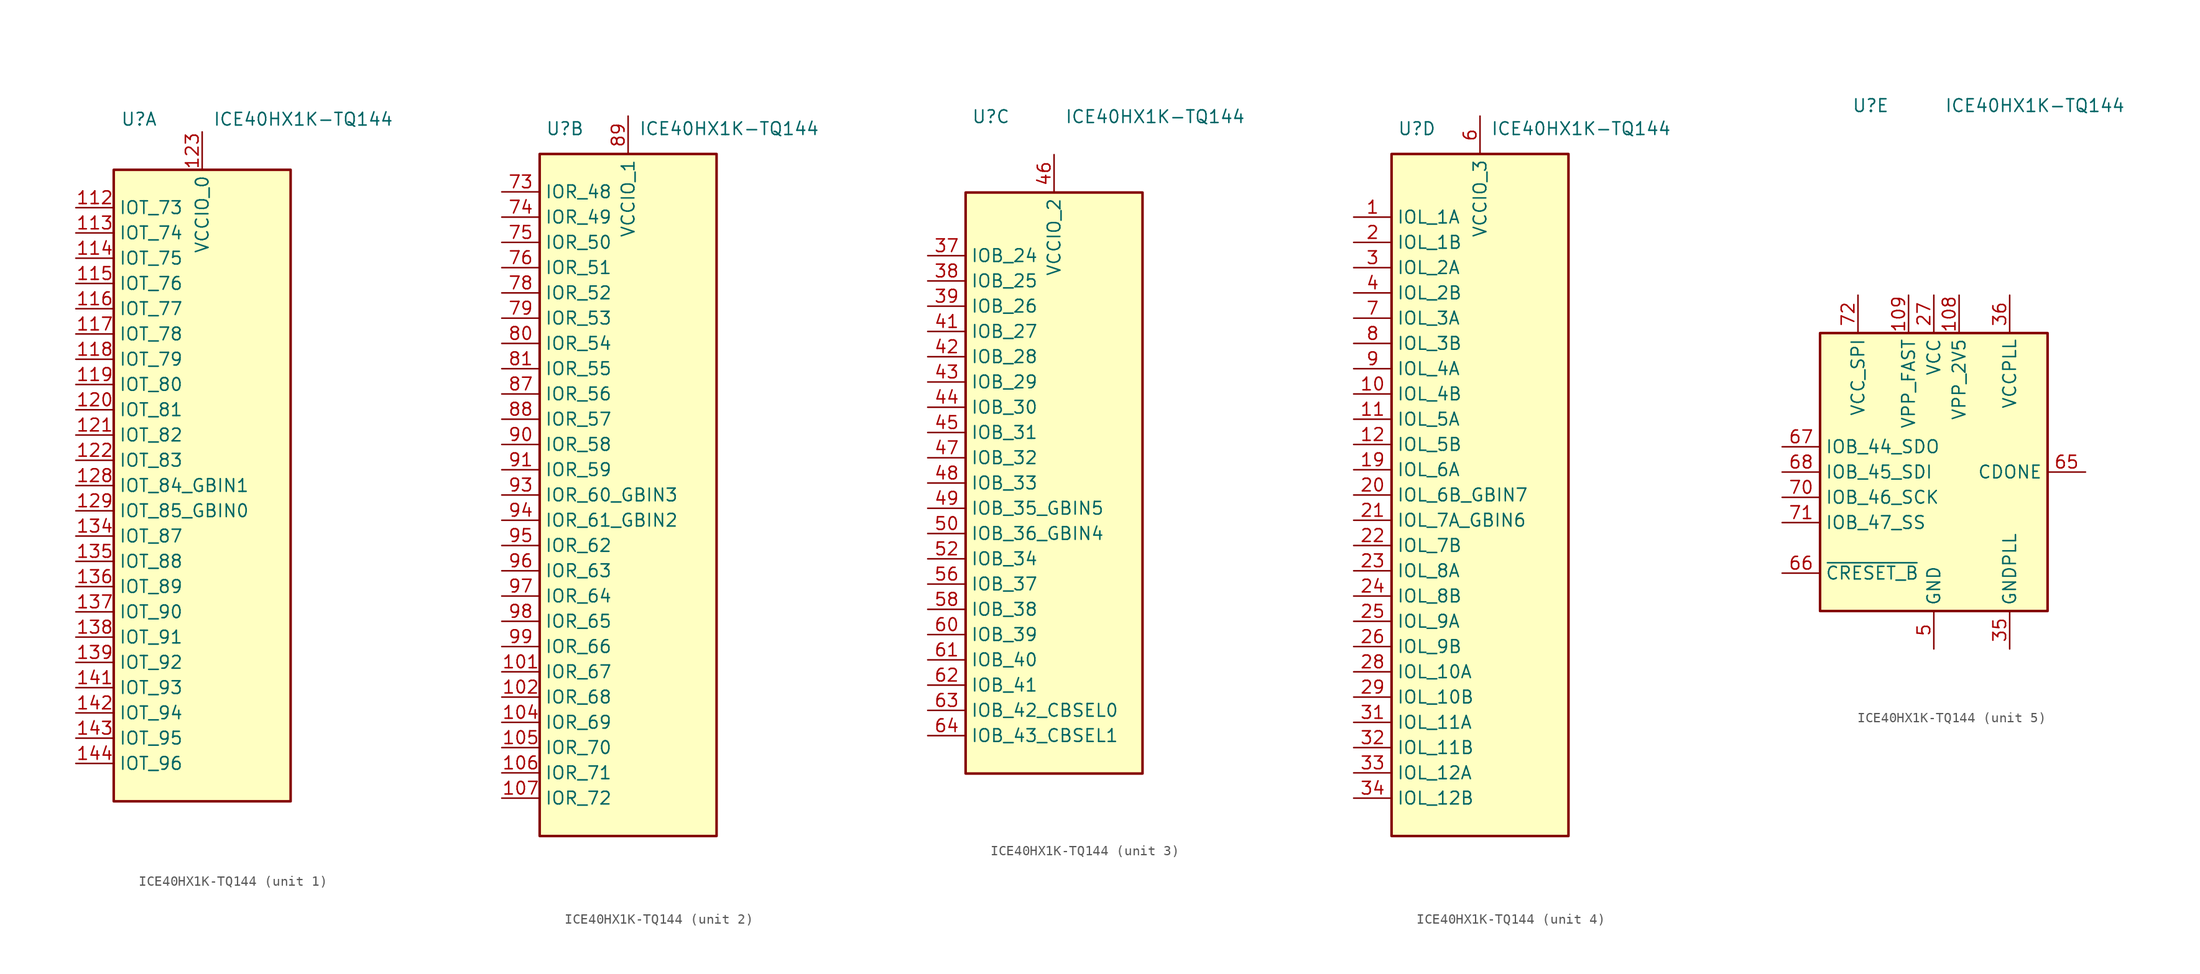
<source format=kicad_sym>
(kicad_symbol_lib
  (version 20241209)
  (generator "kicad_symbol_editor")
  (generator_version "9.0")
  (symbol "ICE40HX1K-TQ144"
    (property "Reference" "U"
      (at -6.35 36.83 0)
      (effects (font (size 1.27 1.27))))
    (property "Value" "ICE40HX1K-TQ144"
      (at 10.16 36.83 0)
      (effects (font (size 1.27 1.27))))
    (property "ki_locked" ""
      (at 0 0 0)
      (effects (font (size 1.27 1.27))))
    (symbol "ICE40HX1K-TQ144_1_1"
      (rectangle (start -8.89 31.75) (end 8.89 -31.75) (stroke (width 0.254) (type default)) (fill (type background)))
      (pin bidirectional line (at -12.7 27.94 0) (length 3.81) (name "IOT_73" (effects (font (size 1.27 1.27)))) (number "112" (effects (font (size 1.27 1.27)))))
      (pin bidirectional line (at -12.7 25.4 0) (length 3.81) (name "IOT_74" (effects (font (size 1.27 1.27)))) (number "113" (effects (font (size 1.27 1.27)))))
      (pin bidirectional line (at -12.7 22.86 0) (length 3.81) (name "IOT_75" (effects (font (size 1.27 1.27)))) (number "114" (effects (font (size 1.27 1.27)))))
      (pin bidirectional line (at -12.7 20.32 0) (length 3.81) (name "IOT_76" (effects (font (size 1.27 1.27)))) (number "115" (effects (font (size 1.27 1.27)))))
      (pin bidirectional line (at -12.7 17.78 0) (length 3.81) (name "IOT_77" (effects (font (size 1.27 1.27)))) (number "116" (effects (font (size 1.27 1.27)))))
      (pin bidirectional line (at -12.7 15.24 0) (length 3.81) (name "IOT_78" (effects (font (size 1.27 1.27)))) (number "117" (effects (font (size 1.27 1.27)))))
      (pin bidirectional line (at -12.7 12.7 0) (length 3.81) (name "IOT_79" (effects (font (size 1.27 1.27)))) (number "118" (effects (font (size 1.27 1.27)))))
      (pin bidirectional line (at -12.7 10.16 0) (length 3.81) (name "IOT_80" (effects (font (size 1.27 1.27)))) (number "119" (effects (font (size 1.27 1.27)))))
      (pin bidirectional line (at -12.7 7.62 0) (length 3.81) (name "IOT_81" (effects (font (size 1.27 1.27)))) (number "120" (effects (font (size 1.27 1.27)))))
      (pin bidirectional line (at -12.7 5.08 0) (length 3.81) (name "IOT_82" (effects (font (size 1.27 1.27)))) (number "121" (effects (font (size 1.27 1.27)))))
      (pin bidirectional line (at -12.7 2.54 0) (length 3.81) (name "IOT_83" (effects (font (size 1.27 1.27)))) (number "122" (effects (font (size 1.27 1.27)))))
      (pin bidirectional line (at -12.7 0 0) (length 3.81) (name "IOT_84_GBIN1" (effects (font (size 1.27 1.27)))) (number "128" (effects (font (size 1.27 1.27)))))
      (pin bidirectional line (at -12.7 -2.54 0) (length 3.81) (name "IOT_85_GBIN0" (effects (font (size 1.27 1.27)))) (number "129" (effects (font (size 1.27 1.27)))))
      (pin bidirectional line (at -12.7 -5.08 0) (length 3.81) (name "IOT_87" (effects (font (size 1.27 1.27)))) (number "134" (effects (font (size 1.27 1.27)))))
      (pin bidirectional line (at -12.7 -7.62 0) (length 3.81) (name "IOT_88" (effects (font (size 1.27 1.27)))) (number "135" (effects (font (size 1.27 1.27)))))
      (pin bidirectional line (at -12.7 -10.16 0) (length 3.81) (name "IOT_89" (effects (font (size 1.27 1.27)))) (number "136" (effects (font (size 1.27 1.27)))))
      (pin bidirectional line (at -12.7 -12.7 0) (length 3.81) (name "IOT_90" (effects (font (size 1.27 1.27)))) (number "137" (effects (font (size 1.27 1.27)))))
      (pin bidirectional line (at -12.7 -15.24 0) (length 3.81) (name "IOT_91" (effects (font (size 1.27 1.27)))) (number "138" (effects (font (size 1.27 1.27)))))
      (pin bidirectional line (at -12.7 -17.78 0) (length 3.81) (name "IOT_92" (effects (font (size 1.27 1.27)))) (number "139" (effects (font (size 1.27 1.27)))))
      (pin bidirectional line (at -12.7 -20.32 0) (length 3.81) (name "IOT_93" (effects (font (size 1.27 1.27)))) (number "141" (effects (font (size 1.27 1.27)))))
      (pin bidirectional line (at -12.7 -22.86 0) (length 3.81) (name "IOT_94" (effects (font (size 1.27 1.27)))) (number "142" (effects (font (size 1.27 1.27)))))
      (pin bidirectional line (at -12.7 -25.4 0) (length 3.81) (name "IOT_95" (effects (font (size 1.27 1.27)))) (number "143" (effects (font (size 1.27 1.27)))))
      (pin bidirectional line (at -12.7 -27.94 0) (length 3.81) (name "IOT_96" (effects (font (size 1.27 1.27)))) (number "144" (effects (font (size 1.27 1.27)))))
      (pin power_in line (at 0 35.56 270) (length 3.81) (name "VCCIO_0" (effects (font (size 1.27 1.27)))) (number "123" (effects (font (size 1.27 1.27)))))
      (pin passive line (at 0 35.56 270) (length 3.81) (hide yes) (name "VCCIO_0" (effects (font (size 1.27 1.27)))) (number "133" (effects (font (size 1.27 1.27)))))
      (pin no_connect line (at 7.62 10.16 180) (length 3.81) (hide yes) (name "NC" (effects (font (size 1.27 1.27)))) (number "15" (effects (font (size 1.27 1.27)))))
      (pin no_connect line (at 7.62 7.62 180) (length 3.81) (hide yes) (name "NC" (effects (font (size 1.27 1.27)))) (number "16" (effects (font (size 1.27 1.27)))))
      (pin no_connect line (at 7.62 5.08 180) (length 3.81) (hide yes) (name "NC" (effects (font (size 1.27 1.27)))) (number "17" (effects (font (size 1.27 1.27)))))
      (pin no_connect line (at 7.62 -7.62 180) (length 3.81) (hide yes) (name "NC" (effects (font (size 1.27 1.27)))) (number "18" (effects (font (size 1.27 1.27)))))
      (pin no_connect line (at 7.62 -10.16 180) (length 3.81) (hide yes) (name "NC" (effects (font (size 1.27 1.27)))) (number "77" (effects (font (size 1.27 1.27))))))
    (symbol "ICE40HX1K-TQ144_2_1"
      (rectangle (start -8.89 34.29) (end 8.89 -34.29) (stroke (width 0.254) (type default)) (fill (type background)))
      (pin bidirectional line (at -12.7 30.48 0) (length 3.81) (name "IOR_48" (effects (font (size 1.27 1.27)))) (number "73" (effects (font (size 1.27 1.27)))))
      (pin bidirectional line (at -12.7 27.94 0) (length 3.81) (name "IOR_49" (effects (font (size 1.27 1.27)))) (number "74" (effects (font (size 1.27 1.27)))))
      (pin bidirectional line (at -12.7 25.4 0) (length 3.81) (name "IOR_50" (effects (font (size 1.27 1.27)))) (number "75" (effects (font (size 1.27 1.27)))))
      (pin bidirectional line (at -12.7 22.86 0) (length 3.81) (name "IOR_51" (effects (font (size 1.27 1.27)))) (number "76" (effects (font (size 1.27 1.27)))))
      (pin bidirectional line (at -12.7 20.32 0) (length 3.81) (name "IOR_52" (effects (font (size 1.27 1.27)))) (number "78" (effects (font (size 1.27 1.27)))))
      (pin bidirectional line (at -12.7 17.78 0) (length 3.81) (name "IOR_53" (effects (font (size 1.27 1.27)))) (number "79" (effects (font (size 1.27 1.27)))))
      (pin bidirectional line (at -12.7 15.24 0) (length 3.81) (name "IOR_54" (effects (font (size 1.27 1.27)))) (number "80" (effects (font (size 1.27 1.27)))))
      (pin bidirectional line (at -12.7 12.7 0) (length 3.81) (name "IOR_55" (effects (font (size 1.27 1.27)))) (number "81" (effects (font (size 1.27 1.27)))))
      (pin bidirectional line (at -12.7 10.16 0) (length 3.81) (name "IOR_56" (effects (font (size 1.27 1.27)))) (number "87" (effects (font (size 1.27 1.27)))))
      (pin bidirectional line (at -12.7 7.62 0) (length 3.81) (name "IOR_57" (effects (font (size 1.27 1.27)))) (number "88" (effects (font (size 1.27 1.27)))))
      (pin bidirectional line (at -12.7 5.08 0) (length 3.81) (name "IOR_58" (effects (font (size 1.27 1.27)))) (number "90" (effects (font (size 1.27 1.27)))))
      (pin bidirectional line (at -12.7 2.54 0) (length 3.81) (name "IOR_59" (effects (font (size 1.27 1.27)))) (number "91" (effects (font (size 1.27 1.27)))))
      (pin bidirectional line (at -12.7 0 0) (length 3.81) (name "IOR_60_GBIN3" (effects (font (size 1.27 1.27)))) (number "93" (effects (font (size 1.27 1.27)))))
      (pin bidirectional line (at -12.7 -2.54 0) (length 3.81) (name "IOR_61_GBIN2" (effects (font (size 1.27 1.27)))) (number "94" (effects (font (size 1.27 1.27)))))
      (pin bidirectional line (at -12.7 -5.08 0) (length 3.81) (name "IOR_62" (effects (font (size 1.27 1.27)))) (number "95" (effects (font (size 1.27 1.27)))))
      (pin bidirectional line (at -12.7 -7.62 0) (length 3.81) (name "IOR_63" (effects (font (size 1.27 1.27)))) (number "96" (effects (font (size 1.27 1.27)))))
      (pin bidirectional line (at -12.7 -10.16 0) (length 3.81) (name "IOR_64" (effects (font (size 1.27 1.27)))) (number "97" (effects (font (size 1.27 1.27)))))
      (pin bidirectional line (at -12.7 -12.7 0) (length 3.81) (name "IOR_65" (effects (font (size 1.27 1.27)))) (number "98" (effects (font (size 1.27 1.27)))))
      (pin bidirectional line (at -12.7 -15.24 0) (length 3.81) (name "IOR_66" (effects (font (size 1.27 1.27)))) (number "99" (effects (font (size 1.27 1.27)))))
      (pin bidirectional line (at -12.7 -17.78 0) (length 3.81) (name "IOR_67" (effects (font (size 1.27 1.27)))) (number "101" (effects (font (size 1.27 1.27)))))
      (pin bidirectional line (at -12.7 -20.32 0) (length 3.81) (name "IOR_68" (effects (font (size 1.27 1.27)))) (number "102" (effects (font (size 1.27 1.27)))))
      (pin bidirectional line (at -12.7 -22.86 0) (length 3.81) (name "IOR_69" (effects (font (size 1.27 1.27)))) (number "104" (effects (font (size 1.27 1.27)))))
      (pin bidirectional line (at -12.7 -25.4 0) (length 3.81) (name "IOR_70" (effects (font (size 1.27 1.27)))) (number "105" (effects (font (size 1.27 1.27)))))
      (pin bidirectional line (at -12.7 -27.94 0) (length 3.81) (name "IOR_71" (effects (font (size 1.27 1.27)))) (number "106" (effects (font (size 1.27 1.27)))))
      (pin bidirectional line (at -12.7 -30.48 0) (length 3.81) (name "IOR_72" (effects (font (size 1.27 1.27)))) (number "107" (effects (font (size 1.27 1.27)))))
      (pin passive line (at 0 38.1 270) (length 3.81) (hide yes) (name "VCCIO_1" (effects (font (size 1.27 1.27)))) (number "100" (effects (font (size 1.27 1.27)))))
      (pin power_in line (at 0 38.1 270) (length 3.81) (name "VCCIO_1" (effects (font (size 1.27 1.27)))) (number "89" (effects (font (size 1.27 1.27)))))
      (pin no_connect line (at 7.62 10.16 180) (length 3.81) (hide yes) (name "NC" (effects (font (size 1.27 1.27)))) (number "40" (effects (font (size 1.27 1.27)))))
      (pin no_connect line (at 7.62 7.62 180) (length 3.81) (hide yes) (name "NC" (effects (font (size 1.27 1.27)))) (number "53" (effects (font (size 1.27 1.27)))))
      (pin no_connect line (at 7.62 5.08 180) (length 3.81) (hide yes) (name "NC" (effects (font (size 1.27 1.27)))) (number "54" (effects (font (size 1.27 1.27)))))
      (pin no_connect line (at 7.62 -7.62 180) (length 3.81) (hide yes) (name "NC" (effects (font (size 1.27 1.27)))) (number "55" (effects (font (size 1.27 1.27)))))
      (pin no_connect line (at 7.62 -10.16 180) (length 3.81) (hide yes) (name "NC" (effects (font (size 1.27 1.27)))) (number "82" (effects (font (size 1.27 1.27))))))
    (symbol "ICE40HX1K-TQ144_3_1"
      (rectangle (start -8.89 29.21) (end 8.89 -29.21) (stroke (width 0.254) (type default)) (fill (type background)))
      (pin bidirectional line (at -12.7 22.86 0) (length 3.81) (name "IOB_24" (effects (font (size 1.27 1.27)))) (number "37" (effects (font (size 1.27 1.27)))))
      (pin bidirectional line (at -12.7 20.32 0) (length 3.81) (name "IOB_25" (effects (font (size 1.27 1.27)))) (number "38" (effects (font (size 1.27 1.27)))))
      (pin bidirectional line (at -12.7 17.78 0) (length 3.81) (name "IOB_26" (effects (font (size 1.27 1.27)))) (number "39" (effects (font (size 1.27 1.27)))))
      (pin bidirectional line (at -12.7 15.24 0) (length 3.81) (name "IOB_27" (effects (font (size 1.27 1.27)))) (number "41" (effects (font (size 1.27 1.27)))))
      (pin bidirectional line (at -12.7 12.7 0) (length 3.81) (name "IOB_28" (effects (font (size 1.27 1.27)))) (number "42" (effects (font (size 1.27 1.27)))))
      (pin bidirectional line (at -12.7 10.16 0) (length 3.81) (name "IOB_29" (effects (font (size 1.27 1.27)))) (number "43" (effects (font (size 1.27 1.27)))))
      (pin bidirectional line (at -12.7 7.62 0) (length 3.81) (name "IOB_30" (effects (font (size 1.27 1.27)))) (number "44" (effects (font (size 1.27 1.27)))))
      (pin bidirectional line (at -12.7 5.08 0) (length 3.81) (name "IOB_31" (effects (font (size 1.27 1.27)))) (number "45" (effects (font (size 1.27 1.27)))))
      (pin bidirectional line (at -12.7 2.54 0) (length 3.81) (name "IOB_32" (effects (font (size 1.27 1.27)))) (number "47" (effects (font (size 1.27 1.27)))))
      (pin bidirectional line (at -12.7 0 0) (length 3.81) (name "IOB_33" (effects (font (size 1.27 1.27)))) (number "48" (effects (font (size 1.27 1.27)))))
      (pin bidirectional line (at -12.7 -2.54 0) (length 3.81) (name "IOB_35_GBIN5" (effects (font (size 1.27 1.27)))) (number "49" (effects (font (size 1.27 1.27)))))
      (pin bidirectional line (at -12.7 -5.08 0) (length 3.81) (name "IOB_36_GBIN4" (effects (font (size 1.27 1.27)))) (number "50" (effects (font (size 1.27 1.27)))))
      (pin bidirectional line (at -12.7 -7.62 0) (length 3.81) (name "IOB_34" (effects (font (size 1.27 1.27)))) (number "52" (effects (font (size 1.27 1.27)))))
      (pin bidirectional line (at -12.7 -10.16 0) (length 3.81) (name "IOB_37" (effects (font (size 1.27 1.27)))) (number "56" (effects (font (size 1.27 1.27)))))
      (pin bidirectional line (at -12.7 -12.7 0) (length 3.81) (name "IOB_38" (effects (font (size 1.27 1.27)))) (number "58" (effects (font (size 1.27 1.27)))))
      (pin bidirectional line (at -12.7 -15.24 0) (length 3.81) (name "IOB_39" (effects (font (size 1.27 1.27)))) (number "60" (effects (font (size 1.27 1.27)))))
      (pin bidirectional line (at -12.7 -17.78 0) (length 3.81) (name "IOB_40" (effects (font (size 1.27 1.27)))) (number "61" (effects (font (size 1.27 1.27)))))
      (pin bidirectional line (at -12.7 -20.32 0) (length 3.81) (name "IOB_41" (effects (font (size 1.27 1.27)))) (number "62" (effects (font (size 1.27 1.27)))))
      (pin bidirectional line (at -12.7 -22.86 0) (length 3.81) (name "IOB_42_CBSEL0" (effects (font (size 1.27 1.27)))) (number "63" (effects (font (size 1.27 1.27)))))
      (pin bidirectional line (at -12.7 -25.4 0) (length 3.81) (name "IOB_43_CBSEL1" (effects (font (size 1.27 1.27)))) (number "64" (effects (font (size 1.27 1.27)))))
      (pin power_in line (at 0 33.02 270) (length 3.81) (name "VCCIO_2" (effects (font (size 1.27 1.27)))) (number "46" (effects (font (size 1.27 1.27)))))
      (pin passive line (at 0 33.02 270) (length 3.81) (hide yes) (name "VCCIO_2" (effects (font (size 1.27 1.27)))) (number "57" (effects (font (size 1.27 1.27)))))
      (pin no_connect line (at 7.62 10.16 180) (length 3.81) (hide yes) (name "NC" (effects (font (size 1.27 1.27)))) (number "83" (effects (font (size 1.27 1.27)))))
      (pin no_connect line (at 7.62 7.62 180) (length 3.81) (hide yes) (name "NC" (effects (font (size 1.27 1.27)))) (number "84" (effects (font (size 1.27 1.27)))))
      (pin no_connect line (at 7.62 -10.16 180) (length 3.81) (hide yes) (name "NC" (effects (font (size 1.27 1.27)))) (number "110" (effects (font (size 1.27 1.27)))))
      (pin no_connect line (at 7.62 -12.7 180) (length 3.81) (hide yes) (name "NC" (effects (font (size 1.27 1.27)))) (number "85" (effects (font (size 1.27 1.27)))))
      (pin no_connect line (at 7.62 -17.78 180) (length 3.81) (hide yes) (name "NC" (effects (font (size 1.27 1.27)))) (number "124" (effects (font (size 1.27 1.27))))))
    (symbol "ICE40HX1K-TQ144_4_1"
      (rectangle (start -8.89 34.29) (end 8.89 -34.29) (stroke (width 0.254) (type default)) (fill (type background)))
      (pin bidirectional line (at -12.7 27.94 0) (length 3.81) (name "IOL_1A" (effects (font (size 1.27 1.27)))) (number "1" (effects (font (size 1.27 1.27)))))
      (pin bidirectional line (at -12.7 25.4 0) (length 3.81) (name "IOL_1B" (effects (font (size 1.27 1.27)))) (number "2" (effects (font (size 1.27 1.27)))))
      (pin bidirectional line (at -12.7 22.86 0) (length 3.81) (name "IOL_2A" (effects (font (size 1.27 1.27)))) (number "3" (effects (font (size 1.27 1.27)))))
      (pin bidirectional line (at -12.7 20.32 0) (length 3.81) (name "IOL_2B" (effects (font (size 1.27 1.27)))) (number "4" (effects (font (size 1.27 1.27)))))
      (pin bidirectional line (at -12.7 17.78 0) (length 3.81) (name "IOL_3A" (effects (font (size 1.27 1.27)))) (number "7" (effects (font (size 1.27 1.27)))))
      (pin bidirectional line (at -12.7 15.24 0) (length 3.81) (name "IOL_3B" (effects (font (size 1.27 1.27)))) (number "8" (effects (font (size 1.27 1.27)))))
      (pin bidirectional line (at -12.7 12.7 0) (length 3.81) (name "IOL_4A" (effects (font (size 1.27 1.27)))) (number "9" (effects (font (size 1.27 1.27)))))
      (pin bidirectional line (at -12.7 10.16 0) (length 3.81) (name "IOL_4B" (effects (font (size 1.27 1.27)))) (number "10" (effects (font (size 1.27 1.27)))))
      (pin bidirectional line (at -12.7 7.62 0) (length 3.81) (name "IOL_5A" (effects (font (size 1.27 1.27)))) (number "11" (effects (font (size 1.27 1.27)))))
      (pin bidirectional line (at -12.7 5.08 0) (length 3.81) (name "IOL_5B" (effects (font (size 1.27 1.27)))) (number "12" (effects (font (size 1.27 1.27)))))
      (pin bidirectional line (at -12.7 2.54 0) (length 3.81) (name "IOL_6A" (effects (font (size 1.27 1.27)))) (number "19" (effects (font (size 1.27 1.27)))))
      (pin bidirectional line (at -12.7 0 0) (length 3.81) (name "IOL_6B_GBIN7" (effects (font (size 1.27 1.27)))) (number "20" (effects (font (size 1.27 1.27)))))
      (pin bidirectional line (at -12.7 -2.54 0) (length 3.81) (name "IOL_7A_GBIN6" (effects (font (size 1.27 1.27)))) (number "21" (effects (font (size 1.27 1.27)))))
      (pin bidirectional line (at -12.7 -5.08 0) (length 3.81) (name "IOL_7B" (effects (font (size 1.27 1.27)))) (number "22" (effects (font (size 1.27 1.27)))))
      (pin bidirectional line (at -12.7 -7.62 0) (length 3.81) (name "IOL_8A" (effects (font (size 1.27 1.27)))) (number "23" (effects (font (size 1.27 1.27)))))
      (pin bidirectional line (at -12.7 -10.16 0) (length 3.81) (name "IOL_8B" (effects (font (size 1.27 1.27)))) (number "24" (effects (font (size 1.27 1.27)))))
      (pin bidirectional line (at -12.7 -12.7 0) (length 3.81) (name "IOL_9A" (effects (font (size 1.27 1.27)))) (number "25" (effects (font (size 1.27 1.27)))))
      (pin bidirectional line (at -12.7 -15.24 0) (length 3.81) (name "IOL_9B" (effects (font (size 1.27 1.27)))) (number "26" (effects (font (size 1.27 1.27)))))
      (pin bidirectional line (at -12.7 -17.78 0) (length 3.81) (name "IOL_10A" (effects (font (size 1.27 1.27)))) (number "28" (effects (font (size 1.27 1.27)))))
      (pin bidirectional line (at -12.7 -20.32 0) (length 3.81) (name "IOL_10B" (effects (font (size 1.27 1.27)))) (number "29" (effects (font (size 1.27 1.27)))))
      (pin bidirectional line (at -12.7 -22.86 0) (length 3.81) (name "IOL_11A" (effects (font (size 1.27 1.27)))) (number "31" (effects (font (size 1.27 1.27)))))
      (pin bidirectional line (at -12.7 -25.4 0) (length 3.81) (name "IOL_11B" (effects (font (size 1.27 1.27)))) (number "32" (effects (font (size 1.27 1.27)))))
      (pin bidirectional line (at -12.7 -27.94 0) (length 3.81) (name "IOL_12A" (effects (font (size 1.27 1.27)))) (number "33" (effects (font (size 1.27 1.27)))))
      (pin bidirectional line (at -12.7 -30.48 0) (length 3.81) (name "IOL_12B" (effects (font (size 1.27 1.27)))) (number "34" (effects (font (size 1.27 1.27)))))
      (pin passive line (at 0 38.1 270) (length 3.81) (hide yes) (name "VCCIO_3" (effects (font (size 1.27 1.27)))) (number "30" (effects (font (size 1.27 1.27)))))
      (pin power_in line (at 0 38.1 270) (length 3.81) (name "VCCIO_3" (effects (font (size 1.27 1.27)))) (number "6" (effects (font (size 1.27 1.27)))))
      (pin no_connect line (at 7.62 10.16 180) (length 3.81) (hide yes) (name "NC" (effects (font (size 1.27 1.27)))) (number "125" (effects (font (size 1.27 1.27)))))
      (pin no_connect line (at 7.62 7.62 180) (length 3.81) (hide yes) (name "NC" (effects (font (size 1.27 1.27)))) (number "126" (effects (font (size 1.27 1.27)))))
      (pin no_connect line (at 7.62 5.08 180) (length 3.81) (hide yes) (name "NC" (effects (font (size 1.27 1.27)))) (number "127" (effects (font (size 1.27 1.27)))))
      (pin no_connect line (at 7.62 -7.62 180) (length 3.81) (hide yes) (name "NC" (effects (font (size 1.27 1.27)))) (number "130" (effects (font (size 1.27 1.27)))))
      (pin no_connect line (at 7.62 -10.16 180) (length 3.81) (hide yes) (name "NC" (effects (font (size 1.27 1.27)))) (number "131" (effects (font (size 1.27 1.27))))))
    (symbol "ICE40HX1K-TQ144_5_1"
      (rectangle (start -11.43 13.97) (end 11.43 -13.97) (stroke (width 0.254) (type default)) (fill (type background)))
      (pin bidirectional line (at -15.24 2.54 0) (length 3.81) (name "IOB_44_SDO" (effects (font (size 1.27 1.27)))) (number "67" (effects (font (size 1.27 1.27)))))
      (pin bidirectional line (at -15.24 0 0) (length 3.81) (name "IOB_45_SDI" (effects (font (size 1.27 1.27)))) (number "68" (effects (font (size 1.27 1.27)))))
      (pin bidirectional line (at -15.24 -2.54 0) (length 3.81) (name "IOB_46_SCK" (effects (font (size 1.27 1.27)))) (number "70" (effects (font (size 1.27 1.27)))))
      (pin bidirectional line (at -15.24 -5.08 0) (length 3.81) (name "IOB_47_SS" (effects (font (size 1.27 1.27)))) (number "71" (effects (font (size 1.27 1.27)))))
      (pin input line (at -15.24 -10.16 0) (length 3.81) (name "~{CRESET_B}" (effects (font (size 1.27 1.27)))) (number "66" (effects (font (size 1.27 1.27)))))
      (pin power_in line (at -7.62 17.78 270) (length 3.81) (name "VCC_SPI" (effects (font (size 1.27 1.27)))) (number "72" (effects (font (size 1.27 1.27)))))
      (pin power_in line (at -2.54 17.78 270) (length 3.81) (name "VPP_FAST" (effects (font (size 1.27 1.27)))) (number "109" (effects (font (size 1.27 1.27)))))
      (pin passive line (at 0 17.78 270) (length 3.81) (hide yes) (name "VCC" (effects (font (size 1.27 1.27)))) (number "111" (effects (font (size 1.27 1.27)))))
      (pin power_in line (at 0 17.78 270) (length 3.81) (name "VCC" (effects (font (size 1.27 1.27)))) (number "27" (effects (font (size 1.27 1.27)))))
      (pin passive line (at 0 17.78 270) (length 3.81) (hide yes) (name "VCC" (effects (font (size 1.27 1.27)))) (number "51" (effects (font (size 1.27 1.27)))))
      (pin passive line (at 0 17.78 270) (length 3.81) (hide yes) (name "VCC" (effects (font (size 1.27 1.27)))) (number "92" (effects (font (size 1.27 1.27)))))
      (pin passive line (at 0 -17.78 90) (length 3.81) (hide yes) (name "GND" (effects (font (size 1.27 1.27)))) (number "103" (effects (font (size 1.27 1.27)))))
      (pin passive line (at 0 -17.78 90) (length 3.81) (hide yes) (name "GND" (effects (font (size 1.27 1.27)))) (number "13" (effects (font (size 1.27 1.27)))))
      (pin passive line (at 0 -17.78 90) (length 3.81) (hide yes) (name "GND" (effects (font (size 1.27 1.27)))) (number "132" (effects (font (size 1.27 1.27)))))
      (pin passive line (at 0 -17.78 90) (length 3.81) (hide yes) (name "GND" (effects (font (size 1.27 1.27)))) (number "14" (effects (font (size 1.27 1.27)))))
      (pin passive line (at 0 -17.78 90) (length 3.81) (hide yes) (name "GND" (effects (font (size 1.27 1.27)))) (number "140" (effects (font (size 1.27 1.27)))))
      (pin power_in line (at 0 -17.78 90) (length 3.81) (name "GND" (effects (font (size 1.27 1.27)))) (number "5" (effects (font (size 1.27 1.27)))))
      (pin passive line (at 0 -17.78 90) (length 3.81) (hide yes) (name "GND" (effects (font (size 1.27 1.27)))) (number "59" (effects (font (size 1.27 1.27)))))
      (pin passive line (at 0 -17.78 90) (length 3.81) (hide yes) (name "GND" (effects (font (size 1.27 1.27)))) (number "69" (effects (font (size 1.27 1.27)))))
      (pin passive line (at 0 -17.78 90) (length 3.81) (hide yes) (name "GND" (effects (font (size 1.27 1.27)))) (number "86" (effects (font (size 1.27 1.27)))))
      (pin power_in line (at 2.54 17.78 270) (length 3.81) (name "VPP_2V5" (effects (font (size 1.27 1.27)))) (number "108" (effects (font (size 1.27 1.27)))))
      (pin power_in line (at 7.62 17.78 270) (length 3.81) (name "VCCPLL" (effects (font (size 1.27 1.27)))) (number "36" (effects (font (size 1.27 1.27)))))
      (pin power_in line (at 7.62 -17.78 90) (length 3.81) (name "GNDPLL" (effects (font (size 1.27 1.27)))) (number "35" (effects (font (size 1.27 1.27)))))
      (pin open_collector line (at 15.24 0 180) (length 3.81) (name "CDONE" (effects (font (size 1.27 1.27)))) (number "65" (effects (font (size 1.27 1.27))))))))
</source>
